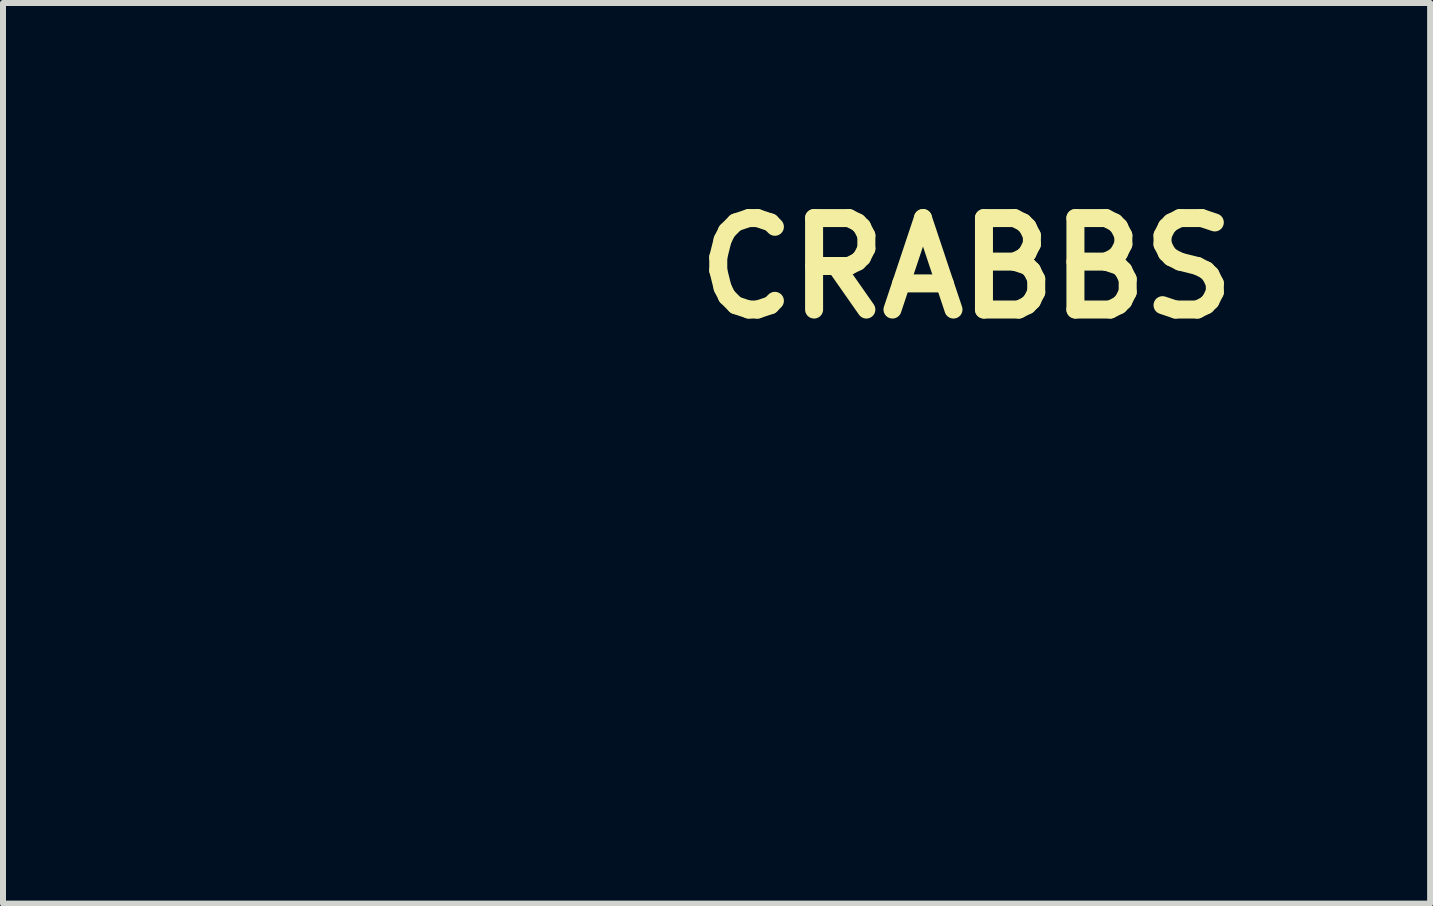
<source format=kicad_pcb>
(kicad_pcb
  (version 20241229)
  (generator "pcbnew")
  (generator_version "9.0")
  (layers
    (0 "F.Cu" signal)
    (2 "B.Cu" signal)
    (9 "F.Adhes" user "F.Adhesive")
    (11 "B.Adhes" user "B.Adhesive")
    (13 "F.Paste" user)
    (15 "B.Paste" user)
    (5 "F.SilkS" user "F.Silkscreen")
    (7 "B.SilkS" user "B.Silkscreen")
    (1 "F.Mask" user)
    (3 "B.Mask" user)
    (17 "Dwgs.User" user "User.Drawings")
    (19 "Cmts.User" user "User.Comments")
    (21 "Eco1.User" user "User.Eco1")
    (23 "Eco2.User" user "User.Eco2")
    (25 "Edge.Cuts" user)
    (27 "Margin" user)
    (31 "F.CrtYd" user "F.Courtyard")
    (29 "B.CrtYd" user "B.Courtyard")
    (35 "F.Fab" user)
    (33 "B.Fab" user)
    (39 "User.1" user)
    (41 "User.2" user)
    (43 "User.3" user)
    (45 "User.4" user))
  (footprint "CRABBS"
    (layer "F.Cu")
    (at 7.484 5.388)
    (property "Reference" "CRABBS" (at 5.57 -3.97 0) (layer "F.SilkS") (effects (font (size 1.524 1.524) (thickness 0.3))))
    (attr through_hole)
    (fp_poly (pts (xy -0.771 -1.602) (xy -0.734 -1.588) (xy -0.705 -1.564) (xy -0.702 -1.561) (xy -0.688 -1.526) (xy -0.689 -1.486) (xy -0.702 -1.448) (xy -0.727 -1.416) (xy -0.738 -1.408) (xy -0.767 -1.394) (xy -0.795 -1.396) (xy -0.823 -1.407) (xy -0.859 -1.433) (xy -0.879 -1.468) (xy -0.884 -1.502) (xy -0.876 -1.542) (xy -0.855 -1.576) (xy -0.824 -1.598) (xy -0.809 -1.603) (xy -0.771 -1.602)) (stroke (width 0.01) (type solid)) (fill yes) (layer "F.Mask"))
    (fp_poly (pts (xy 0.735 -1.592) (xy 0.761 -1.569) (xy 0.776 -1.532) (xy 0.777 -1.529) (xy 0.78 -1.488) (xy 0.77 -1.459) (xy 0.746 -1.437) (xy 0.731 -1.43) (xy 0.698 -1.416) (xy 0.674 -1.412) (xy 0.654 -1.418) (xy 0.643 -1.425) (xy 0.623 -1.449) (xy 0.609 -1.482) (xy 0.606 -1.516) (xy 0.607 -1.527) (xy 0.625 -1.563) (xy 0.655 -1.588) (xy 0.692 -1.599) (xy 0.697 -1.599) (xy 0.735 -1.592)) (stroke (width 0.01) (type solid)) (fill yes) (layer "F.Mask"))
    (fp_poly (pts (xy 0.145 -0.041) (xy 0.156 -0.016) (xy 0.171 0.022) (xy 0.191 0.072) (xy 0.214 0.13) (xy 0.239 0.195) (xy 0.251 0.224) (xy 0.356 0.494) (xy 0.331 0.5) (xy 0.313 0.502) (xy 0.281 0.504) (xy 0.239 0.505) (xy 0.191 0.506) (xy 0.139 0.507) (xy 0.087 0.507) (xy 0.038 0.506) (xy -0.003 0.505) (xy -0.035 0.504) (xy -0.054 0.502) (xy -0.057 0.501) (xy -0.054 0.489) (xy -0.046 0.463) (xy -0.033 0.425) (xy -0.016 0.377) (xy 0.003 0.323) (xy 0.023 0.264) (xy 0.045 0.204) (xy 0.066 0.144) (xy 0.086 0.088) (xy 0.105 0.038) (xy 0.12 -0.003) (xy 0.132 -0.033) (xy 0.139 -0.049) (xy 0.14 -0.051) (xy 0.145 -0.041)) (stroke (width 0.01) (type solid)) (fill yes) (layer "F.Mask"))
    (fp_poly (pts (xy 1.751 0.265) (xy 1.797 0.273) (xy 1.833 0.288) (xy 1.861 0.31) (xy 1.883 0.34) (xy 1.889 0.351) (xy 1.909 0.405) (xy 1.918 0.463) (xy 1.914 0.519) (xy 1.899 0.564) (xy 1.865 0.61) (xy 1.817 0.644) (xy 1.777 0.659) (xy 1.759 0.662) (xy 1.727 0.668) (xy 1.685 0.675) (xy 1.638 0.682) (xy 1.59 0.69) (xy 1.544 0.696) (xy 1.505 0.701) (xy 1.478 0.705) (xy 1.467 0.706) (xy 1.464 0.697) (xy 1.459 0.672) (xy 1.452 0.636) (xy 1.445 0.59) (xy 1.441 0.557) (xy 1.433 0.501) (xy 1.426 0.447) (xy 1.42 0.399) (xy 1.416 0.363) (xy 1.415 0.352) (xy 1.409 0.294) (xy 1.532 0.278) (xy 1.62 0.268) (xy 1.692 0.263) (xy 1.751 0.265)) (stroke (width 0.01) (type solid)) (fill yes) (layer "F.Mask"))
    (fp_poly (pts (xy 1.671 -0.186) (xy 1.699 -0.18) (xy 1.723 -0.171) (xy 1.731 -0.167) (xy 1.77 -0.141) (xy 1.795 -0.106) (xy 1.808 -0.061) (xy 1.811 -0.017) (xy 1.807 0.028) (xy 1.794 0.065) (xy 1.771 0.095) (xy 1.735 0.118) (xy 1.686 0.137) (xy 1.62 0.152) (xy 1.568 0.161) (xy 1.507 0.17) (xy 1.462 0.175) (xy 1.43 0.178) (xy 1.409 0.177) (xy 1.397 0.173) (xy 1.39 0.165) (xy 1.388 0.158) (xy 1.385 0.14) (xy 1.381 0.109) (xy 1.375 0.067) (xy 1.369 0.021) (xy 1.369 0.019) (xy 1.363 -0.029) (xy 1.357 -0.072) (xy 1.352 -0.107) (xy 1.349 -0.127) (xy 1.349 -0.128) (xy 1.344 -0.156) (xy 1.469 -0.172) (xy 1.54 -0.181) (xy 1.595 -0.186) (xy 1.638 -0.187) (xy 1.671 -0.186)) (stroke (width 0.01) (type solid)) (fill yes) (layer "F.Mask"))
    (fp_poly (pts (xy -1.393 -0.162) (xy -1.357 -0.159) (xy -1.315 -0.154) (xy -1.272 -0.148) (xy -1.23 -0.142) (xy -1.196 -0.137) (xy -1.171 -0.132) (xy -1.167 -0.13) (xy -1.121 -0.109) (xy -1.082 -0.078) (xy -1.057 -0.044) (xy -1.046 -0.011) (xy -1.042 0.034) (xy -1.043 0.082) (xy -1.051 0.126) (xy -1.057 0.145) (xy -1.078 0.184) (xy -1.105 0.214) (xy -1.139 0.235) (xy -1.184 0.248) (xy -1.24 0.253) (xy -1.31 0.251) (xy -1.396 0.243) (xy -1.397 0.242) (xy -1.432 0.238) (xy -1.459 0.234) (xy -1.473 0.232) (xy -1.474 0.232) (xy -1.474 0.222) (xy -1.472 0.197) (xy -1.468 0.16) (xy -1.463 0.115) (xy -1.458 0.064) (xy -1.452 0.011) (xy -1.446 -0.04) (xy -1.44 -0.086) (xy -1.435 -0.124) (xy -1.432 -0.151) (xy -1.429 -0.163) (xy -1.429 -0.163) (xy -1.418 -0.164) (xy -1.393 -0.162)) (stroke (width 0.01) (type solid)) (fill yes) (layer "F.Mask"))
    (fp_poly (pts (xy -1.785 -3.607) (xy -1.723 -3.606) (xy -1.672 -3.605) (xy -1.628 -3.603) (xy -1.59 -3.601) (xy -1.554 -3.597) (xy -1.518 -3.593) (xy -1.478 -3.587) (xy -1.468 -3.586) (xy -1.404 -3.575) (xy -1.333 -3.561) (xy -1.263 -3.547) (xy -1.203 -3.533) (xy -1.197 -3.532) (xy -1.133 -3.514) (xy -1.058 -3.489) (xy -0.975 -3.46) (xy -0.891 -3.428) (xy -0.808 -3.395) (xy -0.734 -3.363) (xy -0.671 -3.334) (xy -0.665 -3.331) (xy -0.586 -3.285) (xy -0.52 -3.236) (xy -0.468 -3.185) (xy -0.433 -3.134) (xy -0.424 -3.116) (xy -0.417 -3.092) (xy -0.413 -3.06) (xy -0.41 -3.027) (xy -0.411 -2.998) (xy -0.414 -2.98) (xy -0.416 -2.977) (xy -0.427 -2.976) (xy -0.453 -2.976) (xy -0.489 -2.978) (xy -0.528 -2.982) (xy -0.773 -2.999) (xy -1.016 -3.006) (xy -1.255 -3.003) (xy -1.488 -2.988) (xy -1.713 -2.964) (xy -1.927 -2.929) (xy -2.13 -2.884) (xy -2.298 -2.835) (xy -2.356 -2.815) (xy -2.398 -2.796) (xy -2.426 -2.778) (xy -2.443 -2.758) (xy -2.449 -2.734) (xy -2.45 -2.724) (xy -2.447 -2.701) (xy -2.439 -2.682) (xy -2.424 -2.666) (xy -2.398 -2.653) (xy -2.362 -2.642) (xy -2.312 -2.631) (xy -2.247 -2.622) (xy -2.165 -2.611) (xy -2.164 -2.611) (xy -2.064 -2.601) (xy -1.95 -2.593) (xy -1.83 -2.586) (xy -1.708 -2.581) (xy -1.59 -2.579) (xy -1.482 -2.579) (xy -1.451 -2.58) (xy -1.395 -2.581) (xy -1.346 -2.582) (xy -1.307 -2.582) (xy -1.281 -2.582) (xy -1.27 -2.582) (xy -1.27 -2.582) (xy -1.274 -2.567) (xy -1.286 -2.542) (xy -1.301 -2.511) (xy -1.318 -2.48) (xy -1.334 -2.454) (xy -1.337 -2.449) (xy -1.37 -2.411) (xy -1.418 -2.37) (xy -1.475 -2.33) (xy -1.539 -2.293) (xy -1.545 -2.29) (xy -1.586 -2.27) (xy -1.629 -2.253) (xy -1.675 -2.239) (xy -1.726 -2.226) (xy -1.785 -2.214) (xy -1.854 -2.203) (xy -1.934 -2.193) (xy -2.029 -2.183) (xy -2.14 -2.173) (xy -2.159 -2.171) (xy -2.208 -2.168) (xy -2.273 -2.165) (xy -2.353 -2.163) (xy -2.445 -2.161) (xy -2.547 -2.16) (xy -2.657 -2.159) (xy -2.772 -2.159) (xy -2.89 -2.159) (xy -3.01 -2.16) (xy -3.128 -2.161) (xy -3.242 -2.163) (xy -3.351 -2.165) (xy -3.452 -2.168) (xy -3.543 -2.171) (xy -3.575 -2.172) (xy -3.658 -2.176) (xy -3.724 -2.179) (xy -3.776 -2.18) (xy -3.815 -2.181) (xy -3.845 -2.181) (xy -3.866 -2.18) (xy -3.882 -2.177) (xy -3.894 -2.174) (xy -3.905 -2.169) (xy -3.908 -2.168) (xy -3.945 -2.141) (xy -3.974 -2.102) (xy -3.991 -2.056) (xy -3.996 -2.008) (xy -3.985 -1.964) (xy -3.982 -1.957) (xy -3.96 -1.928) (xy -3.923 -1.894) (xy -3.872 -1.855) (xy -3.809 -1.814) (xy -3.736 -1.769) (xy -3.656 -1.724) (xy -3.571 -1.679) (xy -3.481 -1.634) (xy -3.39 -1.592) (xy -3.3 -1.553) (xy -3.211 -1.517) (xy -3.127 -1.488) (xy -3.065 -1.468) (xy -2.996 -1.449) (xy -2.934 -1.433) (xy -2.876 -1.421) (xy -2.819 -1.412) (xy -2.758 -1.405) (xy -2.69 -1.4) (xy -2.611 -1.396) (xy -2.517 -1.392) (xy -2.512 -1.392) (xy -2.408 -1.389) (xy -2.32 -1.384) (xy -2.245 -1.378) (xy -2.18 -1.368) (xy -2.121 -1.355) (xy -2.065 -1.337) (xy -2.01 -1.313) (xy -1.953 -1.283) (xy -1.89 -1.246) (xy -1.818 -1.2) (xy -1.779 -1.174) (xy -1.699 -1.124) (xy -1.629 -1.088) (xy -1.568 -1.065) (xy -1.514 -1.054) (xy -1.466 -1.056) (xy -1.423 -1.068) (xy -1.379 -1.093) (xy -1.346 -1.128) (xy -1.321 -1.168) (xy -1.306 -1.2) (xy -1.295 -1.233) (xy -1.287 -1.27) (xy -1.281 -1.315) (xy -1.278 -1.37) (xy -1.276 -1.439) (xy -1.276 -1.472) (xy -1.033 -1.472) (xy -1.019 -1.429) (xy -0.992 -1.39) (xy -0.954 -1.357) (xy -0.907 -1.331) (xy -0.853 -1.315) (xy -0.793 -1.309) (xy -0.73 -1.314) (xy -0.698 -1.322) (xy -0.643 -1.346) (xy -0.601 -1.382) (xy -0.572 -1.425) (xy -0.558 -1.474) (xy -0.56 -1.525) (xy -0.579 -1.576) (xy -0.59 -1.594) (xy -0.623 -1.628) (xy -0.669 -1.658) (xy -0.721 -1.68) (xy -0.763 -1.69) (xy -0.82 -1.689) (xy -0.88 -1.673) (xy -0.935 -1.645) (xy -0.983 -1.606) (xy -1.013 -1.566) (xy -1.031 -1.518) (xy -1.033 -1.472) (xy -1.276 -1.472) (xy -1.276 -1.477) (xy -1.275 -1.54) (xy -1.274 -1.587) (xy -1.272 -1.621) (xy -1.269 -1.647) (xy -1.265 -1.667) (xy -1.258 -1.685) (xy -1.253 -1.698) (xy -1.217 -1.758) (xy -1.168 -1.807) (xy -1.106 -1.845) (xy -1.03 -1.873) (xy -0.938 -1.891) (xy -0.832 -1.9) (xy -0.781 -1.901) (xy -0.714 -1.9) (xy -0.66 -1.896) (xy -0.615 -1.89) (xy -0.582 -1.882) (xy -0.494 -1.854) (xy -0.419 -1.816) (xy -0.359 -1.772) (xy -0.313 -1.72) (xy -0.285 -1.663) (xy -0.273 -1.601) (xy -0.273 -1.593) (xy -0.277 -1.542) (xy -0.291 -1.502) (xy -0.316 -1.469) (xy -0.32 -1.466) (xy -0.337 -1.448) (xy -0.345 -1.429) (xy -0.348 -1.401) (xy -0.348 -1.39) (xy -0.346 -1.359) (xy -0.341 -1.336) (xy -0.337 -1.328) (xy -0.323 -1.324) (xy -0.295 -1.321) (xy -0.254 -1.319) (xy -0.204 -1.318) (xy -0.148 -1.318) (xy -0.091 -1.318) (xy -0.034 -1.32) (xy 0.018 -1.323) (xy 0.041 -1.325) (xy 0.081 -1.33) (xy 0.106 -1.335) (xy 0.123 -1.344) (xy 0.133 -1.354) (xy 0.148 -1.381) (xy 0.147 -1.409) (xy 0.132 -1.443) (xy 0.116 -1.465) (xy 0.084 -1.513) (xy 0.08 -1.52) (xy 0.441 -1.52) (xy 0.443 -1.478) (xy 0.444 -1.468) (xy 0.461 -1.424) (xy 0.492 -1.386) (xy 0.535 -1.355) (xy 0.586 -1.334) (xy 0.641 -1.322) (xy 0.697 -1.323) (xy 0.751 -1.336) (xy 0.769 -1.344) (xy 0.807 -1.369) (xy 0.841 -1.403) (xy 0.867 -1.44) (xy 0.88 -1.473) (xy 0.884 -1.518) (xy 0.88 -1.568) (xy 0.869 -1.613) (xy 0.856 -1.641) (xy 0.826 -1.675) (xy 0.782 -1.701) (xy 0.729 -1.717) (xy 0.678 -1.723) (xy 0.642 -1.721) (xy 0.61 -1.714) (xy 0.573 -1.701) (xy 0.55 -1.69) (xy 0.516 -1.672) (xy 0.487 -1.653) (xy 0.469 -1.638) (xy 0.467 -1.635) (xy 0.454 -1.606) (xy 0.446 -1.565) (xy 0.441 -1.52) (xy 0.08 -1.52) (xy 0.064 -1.555) (xy 0.057 -1.597) (xy 0.056 -1.609) (xy 0.06 -1.645) (xy 0.073 -1.68) (xy 0.096 -1.717) (xy 0.132 -1.759) (xy 0.16 -1.788) (xy 0.205 -1.83) (xy 0.248 -1.863) (xy 0.297 -1.892) (xy 0.325 -1.907) (xy 0.4 -1.943) (xy 0.465 -1.969) (xy 0.524 -1.985) (xy 0.581 -1.994) (xy 0.635 -1.996) (xy 0.699 -1.992) (xy 0.771 -1.982) (xy 0.845 -1.968) (xy 0.915 -1.949) (xy 0.974 -1.928) (xy 0.993 -1.919) (xy 1.051 -1.883) (xy 1.106 -1.835) (xy 1.155 -1.777) (xy 1.195 -1.715) (xy 1.224 -1.652) (xy 1.239 -1.592) (xy 1.24 -1.585) (xy 1.235 -1.53) (xy 1.213 -1.48) (xy 1.175 -1.435) (xy 1.123 -1.399) (xy 1.12 -1.397) (xy 1.093 -1.376) (xy 1.081 -1.346) (xy 1.082 -1.305) (xy 1.084 -1.295) (xy 1.094 -1.265) (xy 1.106 -1.249) (xy 1.114 -1.246) (xy 1.138 -1.242) (xy 1.177 -1.236) (xy 1.226 -1.229) (xy 1.283 -1.221) (xy 1.343 -1.213) (xy 1.403 -1.206) (xy 1.458 -1.199) (xy 1.505 -1.194) (xy 1.51 -1.194) (xy 1.559 -1.19) (xy 1.617 -1.187) (xy 1.683 -1.184) (xy 1.752 -1.182) (xy 1.823 -1.182) (xy 1.892 -1.181) (xy 1.956 -1.182) (xy 2.013 -1.183) (xy 2.059 -1.186) (xy 2.093 -1.189) (xy 2.11 -1.192) (xy 2.129 -1.206) (xy 2.151 -1.231) (xy 2.164 -1.251) (xy 2.193 -1.291) (xy 2.225 -1.326) (xy 2.265 -1.357) (xy 2.312 -1.384) (xy 2.369 -1.408) (xy 2.438 -1.43) (xy 2.521 -1.451) (xy 2.619 -1.471) (xy 2.709 -1.487) (xy 2.771 -1.498) (xy 2.832 -1.51) (xy 2.887 -1.522) (xy 2.933 -1.533) (xy 2.959 -1.54) (xy 3.02 -1.561) (xy 3.088 -1.586) (xy 3.159 -1.614) (xy 3.23 -1.644) (xy 3.298 -1.674) (xy 3.361 -1.703) (xy 3.416 -1.731) (xy 3.46 -1.755) (xy 3.49 -1.775) (xy 3.497 -1.781) (xy 3.527 -1.82) (xy 3.546 -1.867) (xy 3.552 -1.915) (xy 3.548 -1.943) (xy 3.521 -2.007) (xy 3.479 -2.062) (xy 3.42 -2.107) (xy 3.356 -2.139) (xy 3.304 -2.16) (xy 3.141 -2.12) (xy 3.02 -2.091) (xy 2.906 -2.068) (xy 2.798 -2.05) (xy 2.691 -2.037) (xy 2.582 -2.028) (xy 2.468 -2.023) (xy 2.344 -2.023) (xy 2.209 -2.026) (xy 2.093 -2.031) (xy 1.917 -2.042) (xy 1.757 -2.055) (xy 1.612 -2.072) (xy 1.478 -2.093) (xy 1.354 -2.118) (xy 1.237 -2.148) (xy 1.126 -2.182) (xy 1.108 -2.189) (xy 1.009 -2.226) (xy 0.928 -2.263) (xy 0.864 -2.301) (xy 0.816 -2.341) (xy 0.784 -2.382) (xy 0.767 -2.426) (xy 0.764 -2.472) (xy 0.767 -2.516) (xy 1.087 -2.523) (xy 1.206 -2.525) (xy 1.309 -2.529) (xy 1.399 -2.534) (xy 1.48 -2.54) (xy 1.554 -2.547) (xy 1.625 -2.557) (xy 1.695 -2.569) (xy 1.761 -2.582) (xy 1.819 -2.595) (xy 1.862 -2.607) (xy 1.891 -2.62) (xy 1.911 -2.635) (xy 1.924 -2.652) (xy 1.927 -2.658) (xy 1.938 -2.693) (xy 1.935 -2.726) (xy 1.917 -2.755) (xy 1.885 -2.784) (xy 1.836 -2.812) (xy 1.769 -2.84) (xy 1.733 -2.854) (xy 1.632 -2.887) (xy 1.527 -2.914) (xy 1.415 -2.935) (xy 1.295 -2.952) (xy 1.165 -2.963) (xy 1.023 -2.97) (xy 0.867 -2.972) (xy 0.696 -2.969) (xy 0.555 -2.964) (xy 0.48 -2.961) (xy 0.397 -2.957) (xy 0.314 -2.954) (xy 0.236 -2.951) (xy 0.18 -2.949) (xy 0.007 -2.943) (xy 0.012 -2.984) (xy 0.016 -3.003) (xy 0.023 -3.02) (xy 0.036 -3.039) (xy 0.058 -3.063) (xy 0.091 -3.095) (xy 0.098 -3.102) (xy 0.184 -3.177) (xy 0.28 -3.245) (xy 0.386 -3.308) (xy 0.505 -3.366) (xy 0.638 -3.419) (xy 0.787 -3.469) (xy 0.87 -3.494) (xy 0.971 -3.522) (xy 1.062 -3.545) (xy 1.149 -3.562) (xy 1.235 -3.576) (xy 1.324 -3.586) (xy 1.418 -3.593) (xy 1.522 -3.596) (xy 1.641 -3.598) (xy 1.689 -3.598) (xy 1.791 -3.597) (xy 1.885 -3.595) (xy 1.973 -3.591) (xy 2.061 -3.586) (xy 2.152 -3.578) (xy 2.25 -3.568) (xy 2.36 -3.556) (xy 2.437 -3.546) (xy 2.549 -3.531) (xy 2.649 -3.515) (xy 2.739 -3.496) (xy 2.823 -3.474) (xy 2.904 -3.448) (xy 2.983 -3.417) (xy 3.065 -3.379) (xy 3.151 -3.334) (xy 3.245 -3.28) (xy 3.349 -3.217) (xy 3.42 -3.172) (xy 3.578 -3.067) (xy 3.72 -2.963) (xy 3.847 -2.857) (xy 3.961 -2.75) (xy 4.063 -2.638) (xy 4.155 -2.52) (xy 4.207 -2.446) (xy 4.277 -2.332) (xy 4.33 -2.224) (xy 4.367 -2.124) (xy 4.387 -2.028) (xy 4.39 -1.938) (xy 4.377 -1.852) (xy 4.349 -1.769) (xy 4.342 -1.754) (xy 4.303 -1.686) (xy 4.255 -1.627) (xy 4.197 -1.574) (xy 4.127 -1.527) (xy 4.043 -1.485) (xy 3.943 -1.445) (xy 3.885 -1.425) (xy 3.849 -1.414) (xy 3.797 -1.4) (xy 3.732 -1.382) (xy 3.657 -1.361) (xy 3.575 -1.339) (xy 3.487 -1.316) (xy 3.398 -1.293) (xy 3.309 -1.27) (xy 3.223 -1.248) (xy 3.143 -1.228) (xy 3.072 -1.211) (xy 3.012 -1.196) (xy 3.001 -1.194) (xy 2.952 -1.182) (xy 2.905 -1.17) (xy 2.866 -1.159) (xy 2.841 -1.151) (xy 2.804 -1.134) (xy 2.763 -1.112) (xy 2.725 -1.088) (xy 2.696 -1.065) (xy 2.688 -1.057) (xy 2.682 -1.049) (xy 2.682 -1.042) (xy 2.689 -1.034) (xy 2.708 -1.024) (xy 2.74 -1.01) (xy 2.768 -0.998) (xy 2.818 -0.976) (xy 2.87 -0.95) (xy 2.917 -0.924) (xy 2.937 -0.912) (xy 3.002 -0.873) (xy 3.06 -0.847) (xy 3.115 -0.83) (xy 3.174 -0.822) (xy 3.182 -0.821) (xy 3.225 -0.819) (xy 3.267 -0.821) (xy 3.309 -0.826) (xy 3.353 -0.837) (xy 3.402 -0.853) (xy 3.458 -0.876) (xy 3.523 -0.905) (xy 3.6 -0.943) (xy 3.69 -0.989) (xy 3.707 -0.998) (xy 3.83 -1.062) (xy 3.949 -1.123) (xy 4.063 -1.181) (xy 4.17 -1.235) (xy 4.269 -1.284) (xy 4.358 -1.328) (xy 4.436 -1.366) (xy 4.502 -1.397) (xy 4.553 -1.421) (xy 4.59 -1.436) (xy 4.591 -1.436) (xy 4.645 -1.456) (xy 4.708 -1.477) (xy 4.769 -1.495) (xy 4.793 -1.502) (xy 4.835 -1.512) (xy 4.872 -1.519) (xy 4.906 -1.524) (xy 4.945 -1.527) (xy 4.993 -1.528) (xy 5.047 -1.528) (xy 5.095 -1.528) (xy 5.135 -1.527) (xy 5.17 -1.526) (xy 5.203 -1.522) (xy 5.24 -1.517) (xy 5.283 -1.509) (xy 5.336 -1.498) (xy 5.403 -1.483) (xy 5.419 -1.479) (xy 5.671 -1.421) (xy 5.91 -1.361) (xy 6.14 -1.299) (xy 6.365 -1.232) (xy 6.435 -1.211) (xy 6.59 -1.162) (xy 6.646 -1.105) (xy 6.695 -1.054) (xy 6.75 -0.992) (xy 6.811 -0.92) (xy 6.875 -0.841) (xy 6.941 -0.757) (xy 7.007 -0.671) (xy 7.072 -0.585) (xy 7.132 -0.501) (xy 7.187 -0.422) (xy 7.236 -0.35) (xy 7.275 -0.288) (xy 7.304 -0.237) (xy 7.304 -0.235) (xy 7.365 -0.111) (xy 7.413 0.000437) (xy 7.449 0.101) (xy 7.473 0.192) (xy 7.486 0.275) (xy 7.488 0.352) (xy 7.479 0.423) (xy 7.464 0.478) (xy 7.447 0.525) (xy 7.425 0.576) (xy 7.399 0.628) (xy 7.373 0.679) (xy 7.347 0.724) (xy 7.324 0.76) (xy 7.305 0.784) (xy 7.297 0.791) (xy 7.278 0.798) (xy 7.247 0.808) (xy 7.207 0.818) (xy 7.166 0.827) (xy 7.129 0.834) (xy 7.101 0.837) (xy 7.095 0.837) (xy 7.089 0.829) (xy 7.082 0.806) (xy 7.075 0.774) (xy 7.075 0.769) (xy 7.056 0.671) (xy 7.031 0.565) (xy 7.002 0.461) (xy 6.979 0.388) (xy 6.935 0.269) (xy 6.885 0.155) (xy 6.828 0.045) (xy 6.763 -0.065) (xy 6.687 -0.179) (xy 6.599 -0.298) (xy 6.54 -0.373) (xy 6.503 -0.421) (xy 6.466 -0.467) (xy 6.434 -0.509) (xy 6.409 -0.542) (xy 6.394 -0.561) (xy 6.374 -0.586) (xy 6.347 -0.609) (xy 6.313 -0.632) (xy 6.271 -0.656) (xy 6.219 -0.68) (xy 6.155 -0.706) (xy 6.078 -0.734) (xy 5.987 -0.764) (xy 5.88 -0.798) (xy 5.799 -0.823) (xy 5.727 -0.845) (xy 5.652 -0.868) (xy 5.58 -0.89) (xy 5.515 -0.911) (xy 5.461 -0.928) (xy 5.437 -0.936) (xy 5.364 -0.959) (xy 5.304 -0.976) (xy 5.254 -0.988) (xy 5.209 -0.995) (xy 5.165 -0.999) (xy 5.119 -1.001) (xy 5.113 -1.001) (xy 5.042 -0.997) (xy 4.976 -0.985) (xy 4.914 -0.964) (xy 4.85 -0.931) (xy 4.782 -0.886) (xy 4.707 -0.826) (xy 4.706 -0.825) (xy 4.682 -0.805) (xy 4.66 -0.788) (xy 4.64 -0.772) (xy 4.62 -0.758) (xy 4.597 -0.743) (xy 4.571 -0.728) (xy 4.539 -0.712) (xy 4.5 -0.694) (xy 4.452 -0.672) (xy 4.394 -0.646) (xy 4.324 -0.616) (xy 4.24 -0.58) (xy 4.141 -0.537) (xy 4.125 -0.53) (xy 3.991 -0.472) (xy 3.874 -0.421) (xy 3.773 -0.377) (xy 3.686 -0.338) (xy 3.614 -0.305) (xy 3.556 -0.278) (xy 3.51 -0.256) (xy 3.476 -0.238) (xy 3.453 -0.224) (xy 3.441 -0.215) (xy 3.439 -0.212) (xy 3.432 -0.193) (xy 3.426 -0.163) (xy 3.422 -0.127) (xy 3.419 -0.09) (xy 3.419 -0.057) (xy 3.421 -0.032) (xy 3.425 -0.023) (xy 3.441 -0.02) (xy 3.474 -0.018) (xy 3.523 -0.018) (xy 3.586 -0.02) (xy 3.663 -0.023) (xy 3.75 -0.027) (xy 3.848 -0.033) (xy 3.954 -0.04) (xy 4.067 -0.048) (xy 4.186 -0.056) (xy 4.309 -0.066) (xy 4.435 -0.076) (xy 4.563 -0.087) (xy 4.69 -0.098) (xy 4.815 -0.11) (xy 4.938 -0.121) (xy 5.056 -0.134) (xy 5.168 -0.146) (xy 5.174 -0.147) (xy 5.332 -0.162) (xy 5.474 -0.17) (xy 5.602 -0.17) (xy 5.718 -0.162) (xy 5.824 -0.146) (xy 5.92 -0.121) (xy 6.009 -0.086) (xy 6.093 -0.042) (xy 6.173 0.012) (xy 6.25 0.077) (xy 6.279 0.103) (xy 6.379 0.206) (xy 6.47 0.314) (xy 6.551 0.424) (xy 6.619 0.534) (xy 6.675 0.643) (xy 6.716 0.748) (xy 6.742 0.847) (xy 6.744 0.861) (xy 6.747 0.888) (xy 6.748 0.933) (xy 6.748 0.994) (xy 6.748 1.07) (xy 6.747 1.16) (xy 6.744 1.261) (xy 6.742 1.352) (xy 6.74 1.45) (xy 6.737 1.549) (xy 6.735 1.644) (xy 6.732 1.732) (xy 6.731 1.807) (xy 6.73 1.837) (xy 6.728 1.912) (xy 6.726 1.971) (xy 6.724 2.014) (xy 6.72 2.043) (xy 6.715 2.06) (xy 6.709 2.068) (xy 6.699 2.067) (xy 6.687 2.059) (xy 6.672 2.047) (xy 6.672 2.047) (xy 6.655 2.029) (xy 6.64 2.006) (xy 6.624 1.974) (xy 6.607 1.931) (xy 6.589 1.877) (xy 6.569 1.808) (xy 6.545 1.723) (xy 6.538 1.698) (xy 6.507 1.582) (xy 6.479 1.482) (xy 6.453 1.396) (xy 6.428 1.321) (xy 6.404 1.254) (xy 6.379 1.194) (xy 6.354 1.139) (xy 6.326 1.084) (xy 6.325 1.082) (xy 6.253 0.965) (xy 6.172 0.863) (xy 6.082 0.777) (xy 5.983 0.708) (xy 5.876 0.655) (xy 5.804 0.63) (xy 5.742 0.617) (xy 5.667 0.608) (xy 5.582 0.604) (xy 5.491 0.604) (xy 5.4 0.61) (xy 5.348 0.615) (xy 5.284 0.623) (xy 5.222 0.629) (xy 5.16 0.634) (xy 5.096 0.639) (xy 5.027 0.642) (xy 4.95 0.645) (xy 4.865 0.647) (xy 4.768 0.648) (xy 4.657 0.649) (xy 4.531 0.649) (xy 4.499 0.649) (xy 4.384 0.649) (xy 4.285 0.649) (xy 4.2 0.648) (xy 4.127 0.647) (xy 4.062 0.645) (xy 4.004 0.642) (xy 3.95 0.639) (xy 3.898 0.634) (xy 3.844 0.628) (xy 3.787 0.621) (xy 3.724 0.612) (xy 3.652 0.602) (xy 3.643 0.6) (xy 3.572 0.59) (xy 3.517 0.583) (xy 3.477 0.579) (xy 3.448 0.577) (xy 3.43 0.578) (xy 3.421 0.581) (xy 3.411 0.589) (xy 3.4 0.604) (xy 3.387 0.63) (xy 3.372 0.669) (xy 3.354 0.718) (xy 3.335 0.774) (xy 3.323 0.816) (xy 3.317 0.847) (xy 3.318 0.868) (xy 3.326 0.884) (xy 3.339 0.896) (xy 3.343 0.898) (xy 3.358 0.902) (xy 3.39 0.908) (xy 3.437 0.914) (xy 3.498 0.92) (xy 3.571 0.927) (xy 3.654 0.935) (xy 3.746 0.942) (xy 3.844 0.95) (xy 3.948 0.957) (xy 4.054 0.965) (xy 4.163 0.972) (xy 4.271 0.979) (xy 4.377 0.985) (xy 4.48 0.99) (xy 4.577 0.995) (xy 4.633 0.997) (xy 4.769 1.002) (xy 4.888 1.007) (xy 4.991 1.012) (xy 5.08 1.016) (xy 5.157 1.021) (xy 5.222 1.026) (xy 5.278 1.031) (xy 5.327 1.036) (xy 5.369 1.043) (xy 5.406 1.05) (xy 5.44 1.058) (xy 5.473 1.067) (xy 5.505 1.078) (xy 5.534 1.088) (xy 5.639 1.132) (xy 5.727 1.182) (xy 5.802 1.241) (xy 5.866 1.311) (xy 5.919 1.393) (xy 5.941 1.435) (xy 5.988 1.551) (xy 6.019 1.676) (xy 6.035 1.807) (xy 6.036 1.941) (xy 6.021 2.076) (xy 5.991 2.209) (xy 5.954 2.317) (xy 5.939 2.352) (xy 5.922 2.386) (xy 5.903 2.42) (xy 5.879 2.457) (xy 5.85 2.5) (xy 5.813 2.549) (xy 5.767 2.609) (xy 5.71 2.68) (xy 5.706 2.685) (xy 5.648 2.758) (xy 5.598 2.817) (xy 5.557 2.864) (xy 5.521 2.9) (xy 5.488 2.927) (xy 5.458 2.946) (xy 5.428 2.958) (xy 5.396 2.964) (xy 5.361 2.967) (xy 5.329 2.968) (xy 5.27 2.965) (xy 5.22 2.958) (xy 5.182 2.947) (xy 5.158 2.933) (xy 5.15 2.916) (xy 5.15 2.913) (xy 5.154 2.891) (xy 5.158 2.861) (xy 5.16 2.853) (xy 5.166 2.825) (xy 5.177 2.788) (xy 5.193 2.746) (xy 5.198 2.732) (xy 5.24 2.608) (xy 5.264 2.481) (xy 5.27 2.375) (xy 5.262 2.25) (xy 5.241 2.131) (xy 5.206 2.02) (xy 5.171 1.944) (xy 5.128 1.881) (xy 5.068 1.823) (xy 4.993 1.772) (xy 4.905 1.728) (xy 4.807 1.694) (xy 4.784 1.687) (xy 4.758 1.681) (xy 4.735 1.676) (xy 4.711 1.672) (xy 4.685 1.668) (xy 4.653 1.665) (xy 4.614 1.663) (xy 4.565 1.661) (xy 4.504 1.659) (xy 4.43 1.657) (xy 4.338 1.655) (xy 4.337 1.655) (xy 4.253 1.653) (xy 4.17 1.651) (xy 4.093 1.648) (xy 4.024 1.645) (xy 3.965 1.642) (xy 3.919 1.64) (xy 3.892 1.638) (xy 3.804 1.628) (xy 3.722 1.618) (xy 3.64 1.607) (xy 3.556 1.595) (xy 3.467 1.582) (xy 3.369 1.565) (xy 3.258 1.546) (xy 3.156 1.528) (xy 3.08 1.515) (xy 3.019 1.504) (xy 2.972 1.498) (xy 2.937 1.495) (xy 2.91 1.496) (xy 2.889 1.501) (xy 2.872 1.51) (xy 2.857 1.524) (xy 2.84 1.542) (xy 2.833 1.551) (xy 2.814 1.573) (xy 2.785 1.605) (xy 2.749 1.644) (xy 2.711 1.687) (xy 2.687 1.712) (xy 2.651 1.752) (xy 2.62 1.787) (xy 2.596 1.815) (xy 2.581 1.834) (xy 2.578 1.841) (xy 2.582 1.853) (xy 2.598 1.864) (xy 2.626 1.875) (xy 2.668 1.885) (xy 2.726 1.897) (xy 2.77 1.904) (xy 2.906 1.925) (xy 3.049 1.944) (xy 3.197 1.962) (xy 3.347 1.979) (xy 3.496 1.994) (xy 3.642 2.007) (xy 3.781 2.017) (xy 3.91 2.025) (xy 4.026 2.03) (xy 4.127 2.032) (xy 4.13 2.032) (xy 4.213 2.033) (xy 4.28 2.038) (xy 4.334 2.048) (xy 4.38 2.065) (xy 4.42 2.089) (xy 4.458 2.123) (xy 4.496 2.168) (xy 4.531 2.216) (xy 4.596 2.311) (xy 4.647 2.396) (xy 4.685 2.474) (xy 4.712 2.547) (xy 4.727 2.617) (xy 4.733 2.687) (xy 4.733 2.694) (xy 4.731 2.752) (xy 4.724 2.818) (xy 4.714 2.888) (xy 4.702 2.958) (xy 4.688 3.022) (xy 4.673 3.077) (xy 4.658 3.118) (xy 4.657 3.12) (xy 4.634 3.16) (xy 4.597 3.207) (xy 4.551 3.258) (xy 4.498 3.31) (xy 4.441 3.36) (xy 4.398 3.394) (xy 4.291 3.463) (xy 4.173 3.518) (xy 4.042 3.561) (xy 3.897 3.59) (xy 3.74 3.607) (xy 3.711 3.609) (xy 3.642 3.61) (xy 3.562 3.609) (xy 3.471 3.605) (xy 3.374 3.599) (xy 3.271 3.591) (xy 3.164 3.581) (xy 3.056 3.569) (xy 2.949 3.556) (xy 2.844 3.542) (xy 2.745 3.528) (xy 2.652 3.512) (xy 2.567 3.497) (xy 2.494 3.481) (xy 2.433 3.466) (xy 2.387 3.451) (xy 2.36 3.438) (xy 2.329 3.409) (xy 2.302 3.366) (xy 2.28 3.312) (xy 2.264 3.254) (xy 2.258 3.194) (xy 2.258 3.185) (xy 2.258 3.156) (xy 2.467 3.167) (xy 2.7 3.176) (xy 2.917 3.179) (xy 3.122 3.175) (xy 3.315 3.164) (xy 3.5 3.146) (xy 3.608 3.132) (xy 3.665 3.124) (xy 3.706 3.117) (xy 3.736 3.112) (xy 3.757 3.106) (xy 3.772 3.099) (xy 3.785 3.089) (xy 3.798 3.076) (xy 3.805 3.069) (xy 3.845 3.019) (xy 3.869 2.963) (xy 3.878 2.897) (xy 3.878 2.889) (xy 3.871 2.822) (xy 3.85 2.765) (xy 3.814 2.718) (xy 3.805 2.71) (xy 3.78 2.69) (xy 3.753 2.672) (xy 3.722 2.657) (xy 3.685 2.644) (xy 3.641 2.633) (xy 3.586 2.622) (xy 3.52 2.611) (xy 3.439 2.6) (xy 3.342 2.589) (xy 3.326 2.587) (xy 3.142 2.565) (xy 2.959 2.542) (xy 2.779 2.517) (xy 2.604 2.492) (xy 2.438 2.466) (xy 2.282 2.44) (xy 2.14 2.415) (xy 2.028 2.393) (xy 1.973 2.383) (xy 1.928 2.375) (xy 1.889 2.372) (xy 1.853 2.374) (xy 1.816 2.38) (xy 1.775 2.393) (xy 1.725 2.412) (xy 1.664 2.437) (xy 1.627 2.453) (xy 1.512 2.5) (xy 1.391 2.542) (xy 1.263 2.58) (xy 1.124 2.615) (xy 0.975 2.647) (xy 0.812 2.676) (xy 0.633 2.704) (xy 0.48 2.724) (xy 0.422 2.73) (xy 0.348 2.735) (xy 0.264 2.739) (xy 0.171 2.742) (xy 0.075 2.744) (xy -0.021 2.745) (xy -0.114 2.745) (xy -0.2 2.744) (xy -0.275 2.741) (xy -0.326 2.738) (xy -0.589 2.709) (xy -0.855 2.664) (xy -1.119 2.604) (xy -1.376 2.53) (xy -1.552 2.469) (xy -1.647 2.435) (xy -1.726 2.408) (xy -1.794 2.386) (xy -1.853 2.371) (xy -1.905 2.36) (xy -1.954 2.355) (xy -2.003 2.354) (xy -2.053 2.356) (xy -2.108 2.362) (xy -2.131 2.365) (xy -2.202 2.374) (xy -2.285 2.386) (xy -2.378 2.4) (xy -2.478 2.415) (xy -2.585 2.431) (xy -2.696 2.448) (xy -2.809 2.466) (xy -2.923 2.484) (xy -3.035 2.502) (xy -3.144 2.52) (xy -3.247 2.537) (xy -3.344 2.554) (xy -3.432 2.569) (xy -3.509 2.582) (xy -3.573 2.594) (xy -3.623 2.604) (xy -3.656 2.611) (xy -3.659 2.611) (xy -3.748 2.641) (xy -3.822 2.681) (xy -3.882 2.733) (xy -3.932 2.799) (xy -3.944 2.819) (xy -3.961 2.856) (xy -3.976 2.898) (xy -3.988 2.939) (xy -3.994 2.975) (xy -3.994 2.999) (xy -3.994 3.001) (xy -3.977 3.028) (xy -3.946 3.058) (xy -3.904 3.089) (xy -3.855 3.118) (xy -3.801 3.145) (xy -3.746 3.166) (xy -3.714 3.175) (xy -3.679 3.181) (xy -3.626 3.187) (xy -3.556 3.192) (xy -3.471 3.196) (xy -3.371 3.2) (xy -3.258 3.203) (xy -3.132 3.205) (xy -2.994 3.207) (xy -2.846 3.207) (xy -2.811 3.208) (xy -2.712 3.208) (xy -2.631 3.208) (xy -2.565 3.208) (xy -2.512 3.21) (xy -2.472 3.212) (xy -2.443 3.215) (xy -2.423 3.22) (xy -2.41 3.227) (xy -2.403 3.236) (xy -2.4 3.247) (xy -2.399 3.26) (xy -2.399 3.275) (xy -2.405 3.319) (xy -2.424 3.354) (xy -2.452 3.375) (xy -2.453 3.376) (xy -2.468 3.38) (xy -2.501 3.387) (xy -2.548 3.397) (xy -2.607 3.409) (xy -2.677 3.423) (xy -2.756 3.438) (xy -2.841 3.455) (xy -2.931 3.472) (xy -3.024 3.489) (xy -3.117 3.506) (xy -3.209 3.523) (xy -3.297 3.539) (xy -3.38 3.554) (xy -3.456 3.567) (xy -3.478 3.571) (xy -3.558 3.584) (xy -3.623 3.594) (xy -3.677 3.602) (xy -3.722 3.607) (xy -3.763 3.61) (xy -3.802 3.611) (xy -3.844 3.612) (xy -3.85 3.612) (xy -3.91 3.61) (xy -3.967 3.606) (xy -4.015 3.601) (xy -4.04 3.597) (xy -4.159 3.562) (xy -4.273 3.51) (xy -4.382 3.441) (xy -4.482 3.358) (xy -4.486 3.354) (xy -4.574 3.261) (xy -4.644 3.169) (xy -4.696 3.078) (xy -4.73 2.986) (xy -4.733 2.973) (xy -4.741 2.92) (xy -4.744 2.857) (xy -4.742 2.791) (xy -4.736 2.729) (xy -4.728 2.691) (xy -4.697 2.598) (xy -4.656 2.507) (xy -4.607 2.42) (xy -4.551 2.34) (xy -4.491 2.27) (xy -4.428 2.212) (xy -4.364 2.171) (xy -4.355 2.166) (xy -4.313 2.147) (xy -4.273 2.133) (xy -4.231 2.122) (xy -4.184 2.115) (xy -4.128 2.11) (xy -4.06 2.108) (xy -3.987 2.107) (xy -3.879 2.106) (xy -3.775 2.103) (xy -3.672 2.096) (xy -3.569 2.086) (xy -3.464 2.073) (xy -3.352 2.056) (xy -3.233 2.035) (xy -3.103 2.01) (xy -2.96 1.979) (xy -2.801 1.943) (xy -2.794 1.942) (xy -2.737 1.928) (xy -2.685 1.916) (xy -2.643 1.906) (xy -2.611 1.899) (xy -2.595 1.895) (xy -2.594 1.895) (xy -2.591 1.89) (xy -2.594 1.879) (xy -2.606 1.861) (xy -2.628 1.833) (xy -2.661 1.793) (xy -2.687 1.763) (xy -2.744 1.699) (xy -2.793 1.648) (xy -2.837 1.61) (xy -2.877 1.583) (xy -2.917 1.566) (xy -2.959 1.556) (xy -3.005 1.552) (xy -3.017 1.552) (xy -3.041 1.553) (xy -3.082 1.556) (xy -3.135 1.561) (xy -3.198 1.567) (xy -3.269 1.575) (xy -3.343 1.583) (xy -3.366 1.585) (xy -3.538 1.605) (xy -3.694 1.623) (xy -3.833 1.638) (xy -3.959 1.651) (xy -4.072 1.663) (xy -4.174 1.673) (xy -4.266 1.681) (xy -4.35 1.688) (xy -4.428 1.694) (xy -4.501 1.699) (xy -4.571 1.702) (xy -4.638 1.705) (xy -4.706 1.707) (xy -4.755 1.707) (xy -4.841 1.709) (xy -4.911 1.712) (xy -4.967 1.715) (xy -5.013 1.72) (xy -5.052 1.727) (xy -5.086 1.737) (xy -5.118 1.749) (xy -5.146 1.761) (xy -5.204 1.799) (xy -5.257 1.853) (xy -5.302 1.92) (xy -5.338 1.998) (xy -5.359 2.066) (xy -5.367 2.111) (xy -5.372 2.168) (xy -5.374 2.236) (xy -5.373 2.318) (xy -5.368 2.415) (xy -5.361 2.528) (xy -5.35 2.659) (xy -5.349 2.665) (xy -5.343 2.737) (xy -5.337 2.803) (xy -5.332 2.862) (xy -5.329 2.91) (xy -5.327 2.946) (xy -5.326 2.966) (xy -5.326 2.968) (xy -5.329 2.991) (xy -5.391 2.964) (xy -5.466 2.928) (xy -5.535 2.883) (xy -5.6 2.829) (xy -5.662 2.764) (xy -5.723 2.685) (xy -5.786 2.591) (xy -5.849 2.484) (xy -5.901 2.386) (xy -5.943 2.301) (xy -5.975 2.223) (xy -5.998 2.15) (xy -6.014 2.078) (xy -6.024 2.004) (xy -6.028 1.942) (xy -6.029 1.881) (xy -6.028 1.833) (xy -6.024 1.795) (xy -6.017 1.76) (xy -6.017 1.759) (xy -5.983 1.66) (xy -5.932 1.569) (xy -5.865 1.487) (xy -5.783 1.415) (xy -5.685 1.352) (xy -5.573 1.299) (xy -5.447 1.256) (xy -5.35 1.232) (xy -5.278 1.219) (xy -5.194 1.207) (xy -5.096 1.195) (xy -4.983 1.184) (xy -4.853 1.174) (xy -4.821 1.171) (xy -4.751 1.166) (xy -4.681 1.16) (xy -4.609 1.152) (xy -4.534 1.144) (xy -4.454 1.134) (xy -4.367 1.122) (xy -4.271 1.109) (xy -4.166 1.093) (xy -4.048 1.075) (xy -3.916 1.054) (xy -3.769 1.03) (xy -3.655 1.012) (xy -3.589 1.001) (xy -3.54 0.992) (xy -3.503 0.985) (xy -3.478 0.979) (xy -3.46 0.973) (xy -3.448 0.966) (xy -3.438 0.958) (xy -3.43 0.949) (xy -3.415 0.931) (xy -3.408 0.914) (xy -3.408 0.913) (xy -0.346 0.913) (xy -0.202 0.913) (xy -0.151 0.767) (xy -0.101 0.621) (xy 0.153 0.623) (xy 0.406 0.626) (xy 0.459 0.766) (xy 0.511 0.906) (xy 0.577 0.899) (xy 0.61 0.896) (xy 0.635 0.893) (xy 0.646 0.891) (xy 0.646 0.891) (xy 0.643 0.882) (xy 0.634 0.857) (xy 0.618 0.818) (xy 0.598 0.765) (xy 0.573 0.701) (xy 0.569 0.691) (xy 0.927 0.691) (xy 0.93 0.771) (xy 0.932 0.809) (xy 0.934 0.838) (xy 0.937 0.856) (xy 0.938 0.858) (xy 0.949 0.862) (xy 0.973 0.865) (xy 1.003 0.865) (xy 1.034 0.864) (xy 1.058 0.86) (xy 1.061 0.859) (xy 1.071 0.856) (xy 1.078 0.849) (xy 1.08 0.836) (xy 1.08 0.813) (xy 1.077 0.774) (xy 1.077 0.768) (xy 1.074 0.73) (xy 1.071 0.701) (xy 1.069 0.684) (xy 1.069 0.682) (xy 1.06 0.682) (xy 1.036 0.684) (xy 1.004 0.686) (xy 0.997 0.686) (xy 0.927 0.691) (xy 0.569 0.691) (xy 0.544 0.627) (xy 0.511 0.545) (xy 0.476 0.456) (xy 0.438 0.361) (xy 0.433 0.349) (xy 0.219 -0.191) (xy 0.14 -0.189) (xy 0.103 -0.187) (xy 0.075 -0.185) (xy 0.059 -0.183) (xy 0.057 -0.182) (xy 0.053 -0.173) (xy 0.043 -0.147) (xy 0.028 -0.107) (xy 0.008 -0.054) (xy -0.016 0.011) (xy -0.044 0.086) (xy -0.075 0.17) (xy -0.108 0.26) (xy -0.143 0.356) (xy -0.147 0.368) (xy -0.346 0.913) (xy -3.408 0.913) (xy -3.406 0.894) (xy -0.623 0.894) (xy -0.47 0.894) (xy -0.47 0.84) (xy -0.469 0.802) (xy -0.466 0.766) (xy -0.464 0.75) (xy -0.459 0.715) (xy -0.611 0.715) (xy -0.611 0.761) (xy -0.613 0.8) (xy -0.616 0.841) (xy -0.617 0.85) (xy -0.623 0.894) (xy -3.406 0.894) (xy -3.406 0.891) (xy -3.408 0.861) (xy -3.421 0.794) (xy -3.422 0.791) (xy -1.673 0.791) (xy -1.673 0.794) (xy -1.663 0.796) (xy -1.639 0.8) (xy -1.606 0.803) (xy -1.604 0.803) (xy -1.538 0.81) (xy -1.514 0.584) (xy -1.507 0.52) (xy -1.5 0.464) (xy -1.494 0.416) (xy -1.489 0.379) (xy -1.486 0.357) (xy -1.484 0.352) (xy -1.473 0.351) (xy -1.447 0.351) (xy -1.411 0.354) (xy -1.373 0.358) (xy -1.302 0.368) (xy -1.246 0.383) (xy -1.204 0.402) (xy -1.171 0.428) (xy -1.144 0.463) (xy -1.144 0.463) (xy -1.132 0.486) (xy -1.116 0.523) (xy -1.096 0.57) (xy -1.074 0.625) (xy -1.051 0.683) (xy -1.049 0.689) (xy -0.981 0.87) (xy -0.935 0.876) (xy -0.886 0.881) (xy -0.854 0.883) (xy -0.838 0.882) (xy -0.837 0.88) (xy -0.841 0.868) (xy -0.85 0.842) (xy -0.864 0.804) (xy -0.882 0.758) (xy -0.902 0.706) (xy -0.923 0.653) (xy -0.944 0.6) (xy -0.964 0.552) (xy -0.981 0.51) (xy -0.994 0.479) (xy -1.003 0.46) (xy -1.003 0.46) (xy -1.027 0.425) (xy -1.056 0.39) (xy -1.071 0.375) (xy -1.093 0.355) (xy -1.103 0.343) (xy -1.101 0.336) (xy -1.095 0.334) (xy -1.025 0.304) (xy -0.971 0.264) (xy -0.931 0.213) (xy -0.906 0.151) (xy -0.895 0.076) (xy -0.896 0.024) (xy -0.903 -0.038) (xy -0.919 -0.087) (xy -0.946 -0.13) (xy -0.978 -0.164) (xy -1.031 -0.202) (xy -1.096 -0.23) (xy -1.137 -0.242) (xy 1.195 -0.242) (xy 1.196 -0.232) (xy 1.199 -0.204) (xy 1.205 -0.161) (xy 1.212 -0.105) (xy 1.221 -0.037) (xy 1.232 0.042) (xy 1.243 0.129) (xy 1.256 0.222) (xy 1.265 0.294) (xy 1.278 0.392) (xy 1.291 0.484) (xy 1.302 0.569) (xy 1.312 0.645) (xy 1.32 0.71) (xy 1.327 0.763) (xy 1.332 0.802) (xy 1.335 0.825) (xy 1.336 0.831) (xy 1.344 0.835) (xy 1.364 0.834) (xy 1.366 0.834) (xy 1.385 0.831) (xy 1.419 0.826) (xy 1.465 0.82) (xy 1.519 0.813) (xy 1.577 0.805) (xy 1.58 0.804) (xy 1.641 0.796) (xy 1.699 0.787) (xy 1.75 0.779) (xy 1.79 0.771) (xy 1.815 0.766) (xy 1.895 0.736) (xy 1.961 0.695) (xy 2.012 0.646) (xy 2.045 0.593) (xy 2.06 0.545) (xy 2.062 0.519) (xy 2.272 0.519) (xy 2.272 0.529) (xy 2.276 0.552) (xy 2.281 0.583) (xy 2.287 0.616) (xy 2.294 0.647) (xy 2.299 0.67) (xy 2.301 0.676) (xy 2.312 0.684) (xy 2.335 0.683) (xy 2.365 0.678) (xy 2.4 0.673) (xy 2.407 0.672) (xy 2.432 0.666) (xy 2.443 0.659) (xy 2.443 0.647) (xy 2.443 0.645) (xy 2.438 0.626) (xy 2.432 0.595) (xy 2.427 0.564) (xy 2.42 0.532) (xy 2.413 0.507) (xy 2.409 0.496) (xy 2.398 0.495) (xy 2.374 0.497) (xy 2.344 0.501) (xy 2.313 0.507) (xy 2.288 0.513) (xy 2.273 0.518) (xy 2.272 0.519) (xy 2.062 0.519) (xy 2.065 0.487) (xy 2.062 0.426) (xy 2.05 0.372) (xy 2.043 0.353) (xy 2.007 0.293) (xy 1.959 0.245) (xy 1.903 0.21) (xy 1.848 0.192) (xy 1.818 0.186) (xy 1.806 0.18) (xy 1.812 0.171) (xy 1.835 0.158) (xy 1.844 0.153) (xy 1.894 0.119) (xy 1.928 0.074) (xy 1.948 0.019) (xy 1.952 -0.045) (xy 1.94 -0.116) (xy 1.932 -0.143) (xy 1.906 -0.196) (xy 1.873 -0.23) (xy 2.448 -0.23) (xy 2.457 -0.16) (xy 2.48 -0.093) (xy 2.501 -0.055) (xy 2.522 -0.028) (xy 2.547 -0.006) (xy 2.583 0.015) (xy 2.593 0.02) (xy 2.657 0.052) (xy 2.855 0.056) (xy 2.921 0.058) (xy 2.972 0.06) (xy 3.009 0.062) (xy 3.036 0.065) (xy 3.056 0.068) (xy 3.072 0.073) (xy 3.086 0.08) (xy 3.094 0.085) (xy 3.137 0.119) (xy 3.165 0.164) (xy 3.178 0.222) (xy 3.18 0.249) (xy 3.178 0.289) (xy 3.17 0.318) (xy 3.158 0.34) (xy 3.128 0.373) (xy 3.086 0.405) (xy 3.036 0.433) (xy 2.998 0.448) (xy 2.951 0.458) (xy 2.891 0.465) (xy 2.826 0.468) (xy 2.761 0.467) (xy 2.702 0.461) (xy 2.681 0.458) (xy 2.647 0.452) (xy 2.621 0.448) (xy 2.608 0.447) (xy 2.607 0.447) (xy 2.607 0.458) (xy 2.61 0.481) (xy 2.617 0.51) (xy 2.624 0.538) (xy 2.631 0.561) (xy 2.636 0.572) (xy 2.647 0.577) (xy 2.672 0.58) (xy 2.713 0.583) (xy 2.77 0.583) (xy 2.775 0.583) (xy 2.836 0.583) (xy 2.884 0.58) (xy 2.926 0.575) (xy 2.968 0.567) (xy 2.993 0.561) (xy 3.087 0.532) (xy 3.165 0.496) (xy 3.227 0.452) (xy 3.275 0.401) (xy 3.298 0.365) (xy 3.312 0.336) (xy 3.32 0.311) (xy 3.324 0.282) (xy 3.325 0.241) (xy 3.325 0.24) (xy 3.316 0.159) (xy 3.293 0.088) (xy 3.255 0.028) (xy 3.204 -0.021) (xy 3.14 -0.056) (xy 3.137 -0.057) (xy 3.116 -0.064) (xy 3.096 -0.07) (xy 3.072 -0.074) (xy 3.041 -0.077) (xy 3.001 -0.08) (xy 2.948 -0.082) (xy 2.88 -0.084) (xy 2.877 -0.084) (xy 2.804 -0.086) (xy 2.747 -0.089) (xy 2.704 -0.093) (xy 2.672 -0.098) (xy 2.649 -0.107) (xy 2.632 -0.118) (xy 2.619 -0.134) (xy 2.607 -0.154) (xy 2.604 -0.161) (xy 2.593 -0.195) (xy 2.588 -0.238) (xy 2.589 -0.281) (xy 2.595 -0.312) (xy 2.619 -0.349) (xy 2.658 -0.383) (xy 2.711 -0.413) (xy 2.773 -0.436) (xy 2.843 -0.451) (xy 2.847 -0.452) (xy 2.885 -0.456) (xy 2.92 -0.459) (xy 2.955 -0.458) (xy 2.996 -0.454) (xy 3.05 -0.448) (xy 3.066 -0.445) (xy 3.107 -0.44) (xy 3.101 -0.471) (xy 3.094 -0.502) (xy 3.086 -0.536) (xy 3.085 -0.539) (xy 3.075 -0.576) (xy 2.951 -0.571) (xy 2.833 -0.561) (xy 2.731 -0.54) (xy 2.643 -0.509) (xy 2.571 -0.467) (xy 2.514 -0.416) (xy 2.474 -0.356) (xy 2.453 -0.296) (xy 2.448 -0.23) (xy 1.873 -0.23) (xy 1.864 -0.24) (xy 1.81 -0.273) (xy 1.745 -0.295) (xy 1.673 -0.303) (xy 1.67 -0.303) (xy 1.641 -0.302) (xy 1.601 -0.299) (xy 1.551 -0.295) (xy 1.496 -0.289) (xy 1.438 -0.282) (xy 1.38 -0.274) (xy 1.325 -0.267) (xy 1.276 -0.259) (xy 1.236 -0.253) (xy 1.208 -0.247) (xy 1.195 -0.243) (xy 1.195 -0.242) (xy -1.137 -0.242) (xy -1.138 -0.243) (xy -1.159 -0.247) (xy -1.194 -0.252) (xy -1.238 -0.258) (xy -1.289 -0.264) (xy -1.343 -0.271) (xy -1.397 -0.277) (xy -1.448 -0.282) (xy -1.493 -0.287) (xy -1.528 -0.29) (xy -1.55 -0.291) (xy -1.556 -0.291) (xy -1.558 -0.281) (xy -1.562 -0.254) (xy -1.566 -0.213) (xy -1.573 -0.159) (xy -1.58 -0.095) (xy -1.588 -0.022) (xy -1.597 0.058) (xy -1.606 0.142) (xy -1.616 0.228) (xy -1.625 0.316) (xy -1.634 0.401) (xy -1.643 0.484) (xy -1.651 0.56) (xy -1.658 0.63) (xy -1.664 0.689) (xy -1.669 0.737) (xy -1.672 0.772) (xy -1.673 0.791) (xy -3.422 0.791) (xy -3.447 0.739) (xy -3.455 0.732) (xy -2.075 0.732) (xy -2.018 0.741) (xy -1.986 0.746) (xy -1.959 0.75) (xy -1.946 0.751) (xy -1.938 0.748) (xy -1.931 0.734) (xy -1.924 0.707) (xy -1.92 0.68) (xy -1.914 0.643) (xy -1.909 0.612) (xy -1.905 0.594) (xy -1.904 0.592) (xy -1.906 0.584) (xy -1.917 0.577) (xy -1.942 0.571) (xy -1.972 0.566) (xy -2.006 0.561) (xy -2.032 0.558) (xy -2.045 0.557) (xy -2.046 0.557) (xy -2.048 0.567) (xy -2.053 0.591) (xy -2.058 0.625) (xy -2.062 0.646) (xy -2.075 0.732) (xy -3.455 0.732) (xy -3.488 0.697) (xy -3.532 0.672) (xy -3.54 0.67) (xy -3.549 0.667) (xy -3.562 0.665) (xy -3.58 0.664) (xy -3.603 0.662) (xy -3.632 0.661) (xy -3.67 0.66) (xy -3.716 0.659) (xy -3.773 0.658) (xy -3.84 0.658) (xy -3.919 0.657) (xy -4.011 0.657) (xy -4.117 0.657) (xy -4.239 0.657) (xy -4.377 0.657) (xy -4.532 0.657) (xy -4.6 0.657) (xy -4.763 0.657) (xy -4.909 0.657) (xy -5.038 0.657) (xy -5.152 0.657) (xy -5.251 0.658) (xy -5.336 0.658) (xy -5.41 0.659) (xy -5.472 0.66) (xy -5.525 0.661) (xy -5.569 0.662) (xy -5.604 0.663) (xy -5.634 0.664) (xy -5.657 0.666) (xy -5.676 0.668) (xy -5.692 0.67) (xy -5.705 0.673) (xy -5.706 0.673) (xy -5.823 0.706) (xy -5.929 0.753) (xy -6.024 0.816) (xy -6.102 0.887) (xy -6.138 0.927) (xy -6.17 0.968) (xy -6.2 1.013) (xy -6.231 1.065) (xy -6.264 1.127) (xy -6.298 1.198) (xy -6.359 1.333) (xy -6.406 1.461) (xy -6.441 1.585) (xy -6.464 1.709) (xy -6.476 1.838) (xy -6.478 1.877) (xy -6.481 1.928) (xy -6.486 1.985) (xy -6.493 2.045) (xy -6.5 2.103) (xy -6.509 2.155) (xy -6.517 2.198) (xy -6.525 2.228) (xy -6.529 2.237) (xy -6.537 2.238) (xy -6.553 2.225) (xy -6.573 2.201) (xy -6.598 2.168) (xy -6.623 2.129) (xy -6.649 2.087) (xy -6.673 2.044) (xy -6.693 2.004) (xy -6.707 1.968) (xy -6.708 1.966) (xy -6.713 1.948) (xy -6.718 1.931) (xy -6.721 1.913) (xy -6.724 1.89) (xy -6.725 1.861) (xy -6.726 1.823) (xy -6.726 1.775) (xy -6.725 1.712) (xy -6.724 1.634) (xy -6.724 1.613) (xy -6.722 1.529) (xy -6.721 1.461) (xy -6.719 1.404) (xy -6.717 1.357) (xy -6.714 1.315) (xy -6.709 1.276) (xy -6.704 1.235) (xy -6.697 1.191) (xy -6.69 1.149) (xy -6.671 1.044) (xy -6.653 0.955) (xy -6.635 0.88) (xy -6.616 0.815) (xy -6.597 0.758) (xy -6.575 0.706) (xy -6.572 0.701) (xy -6.514 0.597) (xy -6.439 0.495) (xy -6.349 0.396) (xy -6.247 0.302) (xy -6.135 0.214) (xy -6.014 0.135) (xy -5.936 0.093) (xy -3.238 0.093) (xy -3.231 0.195) (xy -3.208 0.287) (xy -3.17 0.369) (xy -3.116 0.44) (xy -3.047 0.5) (xy -2.964 0.549) (xy -2.867 0.587) (xy -2.755 0.612) (xy -2.738 0.615) (xy -2.698 0.619) (xy -2.659 0.618) (xy -2.611 0.611) (xy -2.587 0.607) (xy -2.537 0.598) (xy -2.503 0.589) (xy -2.48 0.577) (xy -2.465 0.558) (xy -2.454 0.531) (xy -2.445 0.491) (xy -2.441 0.473) (xy -2.435 0.443) (xy -2.491 0.466) (xy -2.551 0.485) (xy -2.616 0.499) (xy -2.678 0.505) (xy -2.723 0.503) (xy -2.82 0.484) (xy -2.902 0.453) (xy -2.97 0.409) (xy -3.025 0.353) (xy -3.064 0.287) (xy -3.075 0.261) (xy -3.083 0.239) (xy -3.087 0.214) (xy -3.089 0.183) (xy -3.09 0.14) (xy -3.09 0.118) (xy -3.083 0.007) (xy -3.062 -0.094) (xy -3.028 -0.183) (xy -2.982 -0.261) (xy -2.935 -0.314) (xy -2.882 -0.357) (xy -2.826 -0.385) (xy -2.762 -0.401) (xy -2.697 -0.405) (xy -2.6 -0.396) (xy -2.51 -0.369) (xy -2.427 -0.326) (xy -2.353 -0.265) (xy -2.345 -0.258) (xy -2.287 -0.199) (xy -2.272 -0.266) (xy -2.257 -0.333) (xy -2.293 -0.364) (xy -2.376 -0.426) (xy -2.466 -0.472) (xy -2.566 -0.505) (xy -2.598 -0.512) (xy -2.699 -0.525) (xy -2.793 -0.52) (xy -2.881 -0.498) (xy -2.965 -0.458) (xy -3.026 -0.415) (xy -3.081 -0.361) (xy -3.13 -0.292) (xy -3.172 -0.211) (xy -3.204 -0.122) (xy -3.227 -0.027) (xy -3.237 0.069) (xy -3.238 0.093) (xy -5.936 0.093) (xy -5.886 0.066) (xy -5.812 0.033) (xy -5.737 0.002) (xy -5.673 -0.02) (xy -5.615 -0.035) (xy -5.557 -0.044) (xy -5.494 -0.049) (xy -5.437 -0.05) (xy -5.371 -0.049) (xy -5.314 -0.046) (xy -5.261 -0.04) (xy -5.206 -0.029) (xy -5.143 -0.013) (xy -5.08 0.004) (xy -4.972 0.036) (xy -4.277 0.052) (xy -4.165 0.054) (xy -4.058 0.056) (xy -3.958 0.058) (xy -3.866 0.06) (xy -3.785 0.062) (xy -3.715 0.063) (xy -3.658 0.063) (xy -3.615 0.064) (xy -3.588 0.064) (xy -3.579 0.063) (xy -3.576 0.053) (xy -3.573 0.028) (xy -3.57 -0.007) (xy -3.569 -0.025) (xy -3.563 -0.11) (xy -3.595 -0.144) (xy -3.607 -0.155) (xy -3.627 -0.168) (xy -3.656 -0.185) (xy -3.695 -0.206) (xy -3.746 -0.232) (xy -3.809 -0.264) (xy -3.887 -0.302) (xy -3.981 -0.347) (xy -3.984 -0.349) (xy -4.079 -0.394) (xy -4.186 -0.446) (xy -4.298 -0.5) (xy -4.412 -0.555) (xy -4.522 -0.609) (xy -4.623 -0.658) (xy -4.685 -0.689) (xy -4.762 -0.726) (xy -4.835 -0.761) (xy -4.904 -0.793) (xy -4.965 -0.821) (xy -5.016 -0.844) (xy -5.055 -0.861) (xy -5.08 -0.871) (xy -5.085 -0.872) (xy -5.115 -0.879) (xy -5.143 -0.883) (xy -5.172 -0.884) (xy -5.203 -0.88) (xy -5.24 -0.872) (xy -5.284 -0.859) (xy -5.338 -0.84) (xy -5.405 -0.815) (xy -5.486 -0.784) (xy -5.494 -0.781) (xy -5.568 -0.754) (xy -5.655 -0.725) (xy -5.751 -0.696) (xy -5.849 -0.668) (xy -5.946 -0.642) (xy -6.035 -0.621) (xy -6.079 -0.612) (xy -6.188 -0.588) (xy -6.281 -0.563) (xy -6.36 -0.536) (xy -6.429 -0.504) (xy -6.491 -0.468) (xy -6.547 -0.424) (xy -6.602 -0.373) (xy -6.624 -0.35) (xy -6.658 -0.311) (xy -6.689 -0.27) (xy -6.718 -0.225) (xy -6.747 -0.173) (xy -6.777 -0.113) (xy -6.807 -0.043) (xy -6.84 0.039) (xy -6.875 0.135) (xy -6.915 0.247) (xy -6.923 0.27) (xy -6.964 0.389) (xy -7 0.491) (xy -7.031 0.578) (xy -7.058 0.65) (xy -7.081 0.711) (xy -7.101 0.76) (xy -7.119 0.799) (xy -7.134 0.83) (xy -7.149 0.853) (xy -7.162 0.871) (xy -7.175 0.884) (xy -7.18 0.888) (xy -7.207 0.905) (xy -7.232 0.912) (xy -7.255 0.907) (xy -7.279 0.889) (xy -7.306 0.856) (xy -7.338 0.808) (xy -7.354 0.782) (xy -7.412 0.674) (xy -7.451 0.57) (xy -7.474 0.471) (xy -7.479 0.398) (xy -7.476 0.336) (xy -7.466 0.287) (xy -7.449 0.247) (xy -7.441 0.235) (xy -7.432 0.22) (xy -7.415 0.192) (xy -7.392 0.152) (xy -7.365 0.104) (xy -7.335 0.051) (xy -7.32 0.025) (xy -7.245 -0.105) (xy -7.177 -0.22) (xy -7.114 -0.32) (xy -7.055 -0.408) (xy -6.998 -0.485) (xy -6.944 -0.551) (xy -6.891 -0.61) (xy -6.851 -0.649) (xy -6.733 -0.755) (xy -6.615 -0.847) (xy -6.5 -0.924) (xy -6.39 -0.985) (xy -6.363 -0.998) (xy -6.337 -1.009) (xy -6.296 -1.026) (xy -6.244 -1.047) (xy -6.184 -1.071) (xy -6.118 -1.097) (xy -6.049 -1.124) (xy -6.049 -1.124) (xy -5.974 -1.153) (xy -5.896 -1.184) (xy -5.818 -1.214) (xy -5.746 -1.243) (xy -5.683 -1.268) (xy -5.646 -1.283) (xy -5.587 -1.306) (xy -5.526 -1.329) (xy -5.468 -1.348) (xy -5.418 -1.363) (xy -5.396 -1.369) (xy -5.257 -1.393) (xy -5.115 -1.399) (xy -4.971 -1.387) (xy -4.852 -1.363) (xy -4.831 -1.357) (xy -4.793 -1.344) (xy -4.742 -1.324) (xy -4.677 -1.3) (xy -4.602 -1.271) (xy -4.517 -1.239) (xy -4.424 -1.203) (xy -4.325 -1.164) (xy -4.221 -1.123) (xy -4.114 -1.081) (xy -4.005 -1.038) (xy -3.897 -0.994) (xy -3.79 -0.951) (xy -3.686 -0.909) (xy -3.587 -0.869) (xy -3.561 -0.858) (xy -3.479 -0.825) (xy -3.412 -0.799) (xy -3.357 -0.778) (xy -3.311 -0.764) (xy -3.271 -0.754) (xy -3.236 -0.747) (xy -3.202 -0.744) (xy -3.166 -0.743) (xy -3.166 -0.743) (xy -3.123 -0.745) (xy -3.082 -0.749) (xy -3.04 -0.758) (xy -2.993 -0.772) (xy -2.938 -0.793) (xy -2.87 -0.82) (xy -2.85 -0.828) (xy -2.788 -0.854) (xy -2.717 -0.884) (xy -2.645 -0.913) (xy -2.581 -0.939) (xy -2.573 -0.942) (xy -2.523 -0.962) (xy -2.479 -0.981) (xy -2.442 -0.997) (xy -2.418 -1.008) (xy -2.411 -1.012) (xy -2.393 -1.03) (xy -2.392 -1.048) (xy -2.409 -1.062) (xy -2.411 -1.063) (xy -2.425 -1.065) (xy -2.457 -1.069) (xy -2.503 -1.074) (xy -2.562 -1.079) (xy -2.633 -1.085) (xy -2.712 -1.092) (xy -2.799 -1.098) (xy -2.891 -1.105) (xy -2.986 -1.112) (xy -3.082 -1.118) (xy -3.178 -1.125) (xy -3.271 -1.13) (xy -3.33 -1.134) (xy -3.447 -1.141) (xy -3.548 -1.15) (xy -3.636 -1.16) (xy -3.716 -1.173) (xy -3.79 -1.189) (xy -3.861 -1.208) (xy -3.933 -1.232) (xy -3.979 -1.248) (xy -4.12 -1.308) (xy -4.244 -1.374) (xy -4.352 -1.449) (xy -4.444 -1.533) (xy -4.522 -1.626) (xy -4.585 -1.729) (xy -4.635 -1.843) (xy -4.653 -1.896) (xy -4.664 -1.933) (xy -4.671 -1.965) (xy -4.675 -1.998) (xy -4.678 -2.037) (xy -4.679 -2.087) (xy -4.679 -2.117) (xy -4.679 -2.176) (xy -4.677 -2.221) (xy -4.674 -2.258) (xy -4.668 -2.291) (xy -4.659 -2.325) (xy -4.659 -2.328) (xy -4.617 -2.443) (xy -4.557 -2.557) (xy -4.48 -2.668) (xy -4.388 -2.775) (xy -4.281 -2.878) (xy -4.161 -2.976) (xy -4.028 -3.066) (xy -3.883 -3.149) (xy -3.827 -3.178) (xy -3.604 -3.279) (xy -3.37 -3.369) (xy -3.129 -3.446) (xy -2.887 -3.509) (xy -2.653 -3.555) (xy -2.571 -3.568) (xy -2.5 -3.579) (xy -2.436 -3.588) (xy -2.376 -3.595) (xy -2.317 -3.6) (xy -2.255 -3.603) (xy -2.187 -3.605) (xy -2.109 -3.607) (xy -2.018 -3.607) (xy -1.952 -3.607) (xy -1.861 -3.607) (xy -1.785 -3.607)) (stroke (width 0.01) (type solid)) (fill yes) (layer "F.Mask")))
  (gr_rect
    (start -3 -3)
    (end 20.778 12.005)
    (stroke (width 0.1) (type default))
    (fill no)
    (layer "Edge.Cuts")))
</source>
